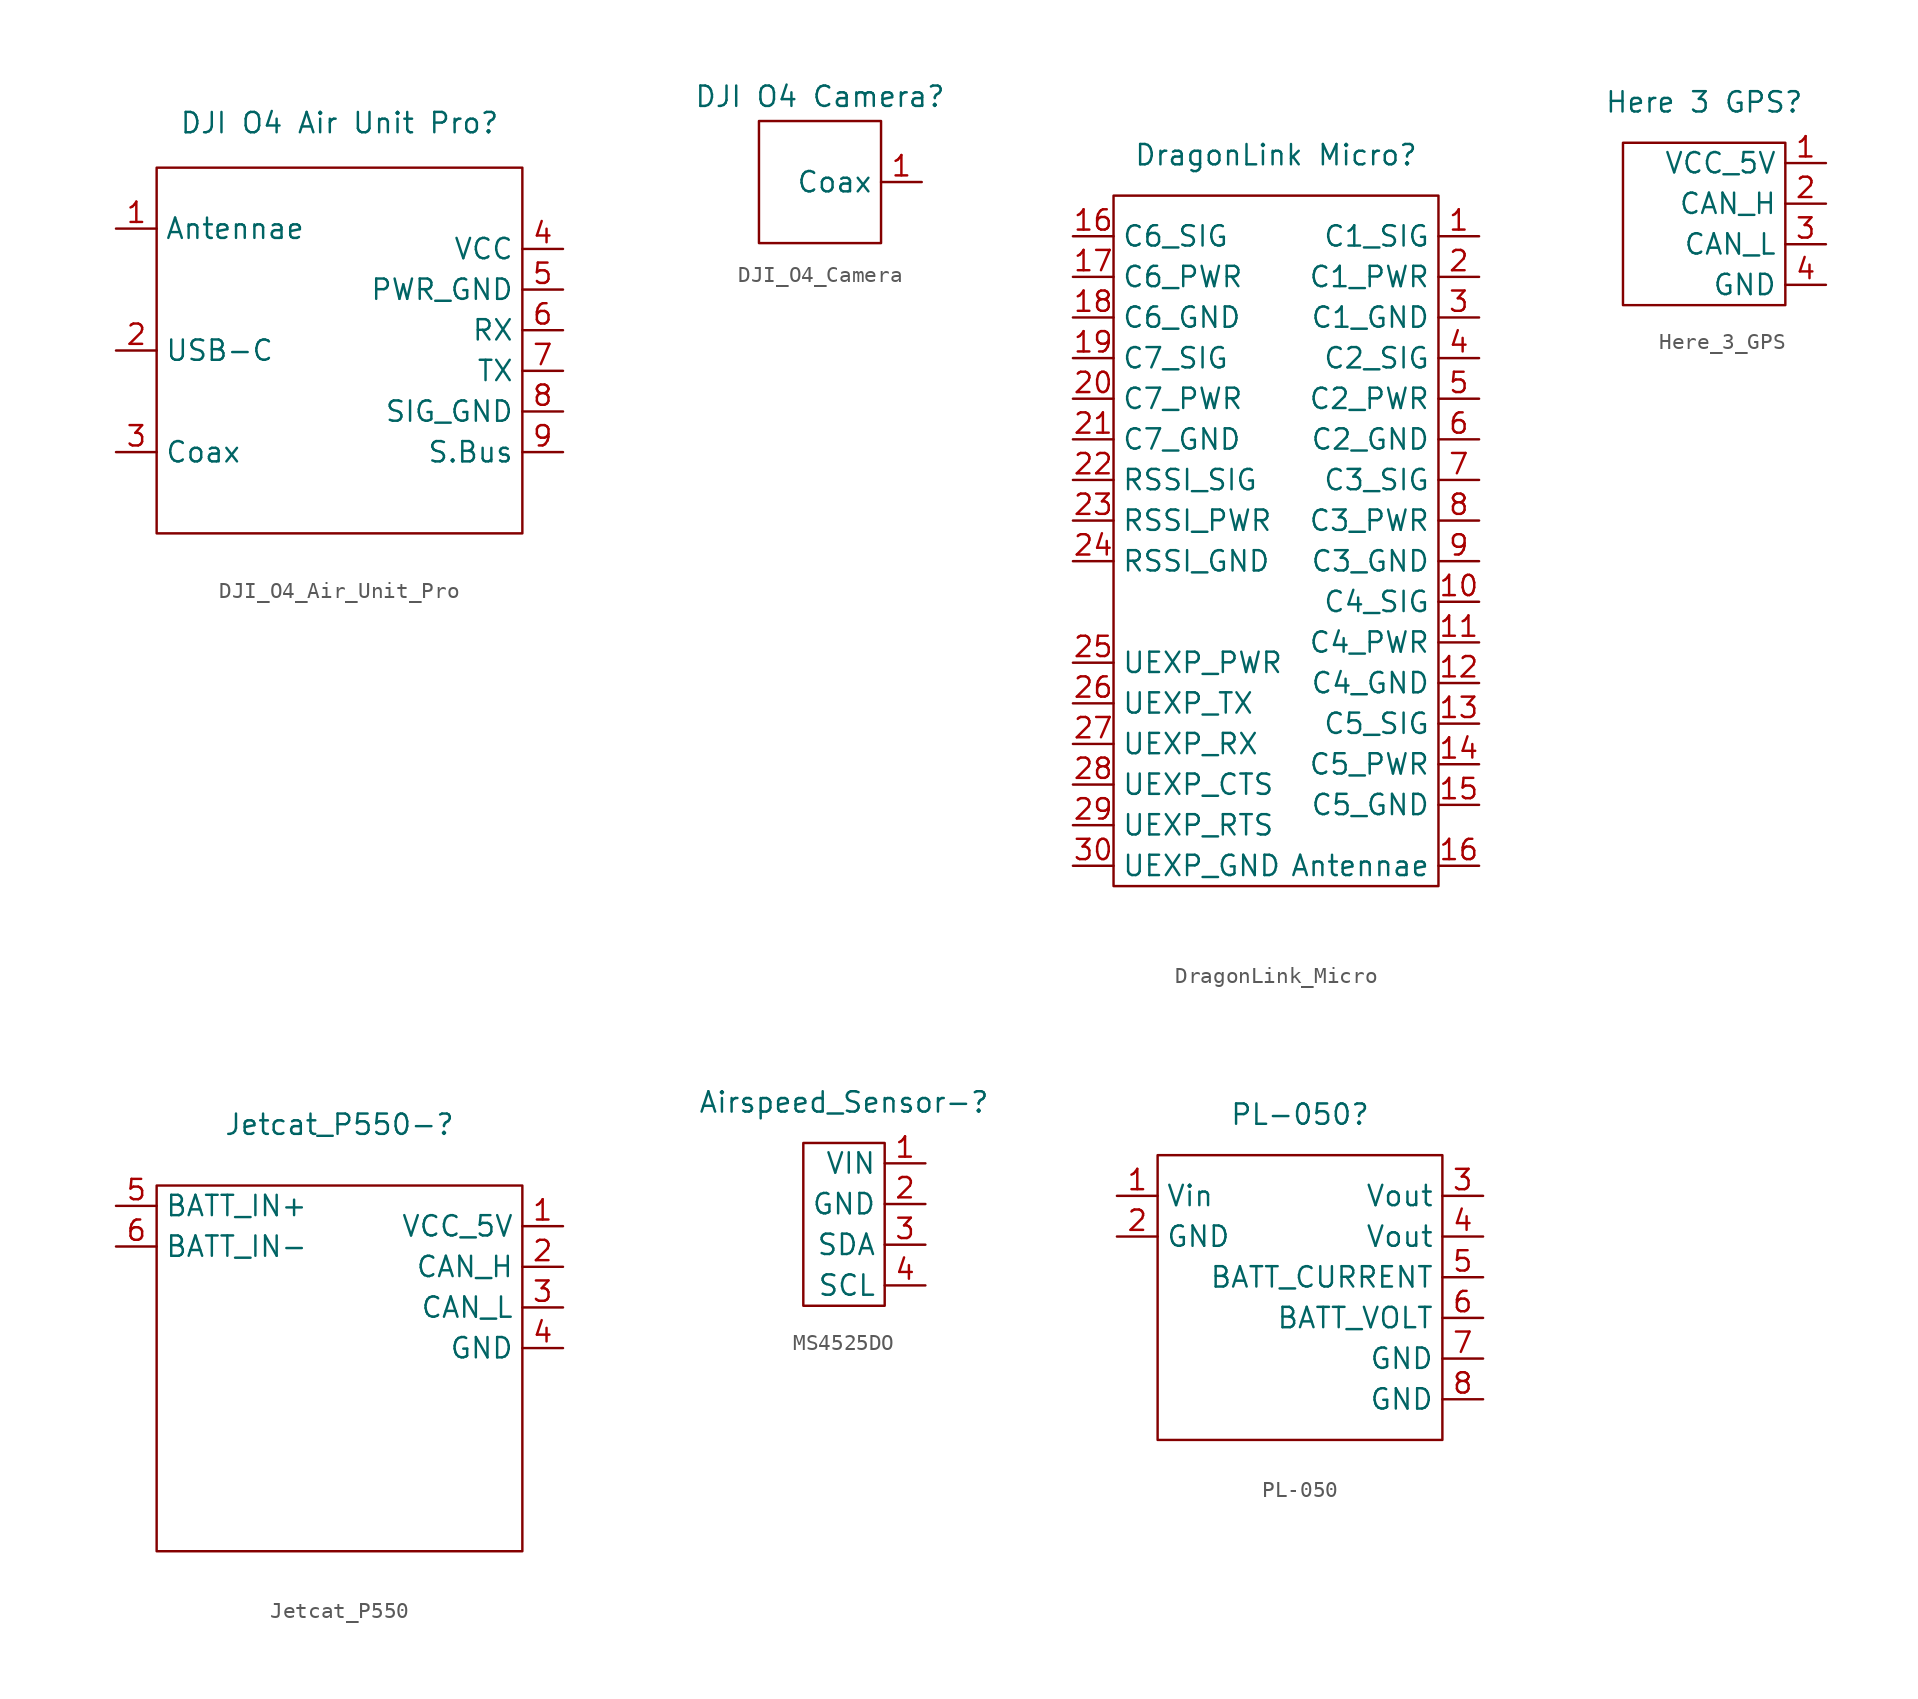
<source format=kicad_sym>
(kicad_symbol_lib
  (version 20231120)
  (generator "kicad_symbol_editor")
  (generator_version "8.0")
  (symbol "DJI_O4_Air_Unit_Pro"
    (property "Reference" "DJI O4 Air Unit Pro"
      (at 0 2.794 0)
      (effects (font (size 1.27 1.27))))
    (property "Value" ""
      (at 0 2.794 0)
      (effects (font (size 1.27 1.27))))
    (symbol "DJI_O4_Air_Unit_Pro_0_1"
      (rectangle (start -11.43 0) (end 11.43 -22.86) (stroke (width 0) (type default)) (fill (type none))))
    (symbol "DJI_O4_Air_Unit_Pro_1_1"
      (pin bidirectional line (at -13.97 -3.81 0) (length 2.54) (name "Antennae" (effects (font (size 1.27 1.27)))) (number "1" (effects (font (size 1.27 1.27)))))
      (pin bidirectional line (at -13.97 -11.43 0) (length 2.54) (name "USB-C" (effects (font (size 1.27 1.27)))) (number "2" (effects (font (size 1.27 1.27)))))
      (pin bidirectional line (at -13.97 -17.78 0) (length 2.54) (name "Coax" (effects (font (size 1.27 1.27)))) (number "3" (effects (font (size 1.27 1.27)))))
      (pin input line (at 13.97 -5.08 180) (length 2.54) (name "VCC" (effects (font (size 1.27 1.27)))) (number "4" (effects (font (size 1.27 1.27)))))
      (pin input line (at 13.97 -7.62 180) (length 2.54) (name "PWR_GND" (effects (font (size 1.27 1.27)))) (number "5" (effects (font (size 1.27 1.27)))))
      (pin output line (at 13.97 -10.16 180) (length 2.54) (name "RX" (effects (font (size 1.27 1.27)))) (number "6" (effects (font (size 1.27 1.27)))))
      (pin input line (at 13.97 -12.7 180) (length 2.54) (name "TX" (effects (font (size 1.27 1.27)))) (number "7" (effects (font (size 1.27 1.27)))))
      (pin input line (at 13.97 -15.24 180) (length 2.54) (name "SIG_GND" (effects (font (size 1.27 1.27)))) (number "8" (effects (font (size 1.27 1.27)))))
      (pin bidirectional line (at 13.97 -17.78 180) (length 2.54) (name "S.Bus" (effects (font (size 1.27 1.27)))) (number "9" (effects (font (size 1.27 1.27)))))))
  (symbol "DJI_O4_Camera"
    (property "Reference" "DJI O4 Camera"
      (at 0 4.064 0)
      (effects (font (size 1.27 1.27))))
    (property "Value" ""
      (at -1.27 1.778 0)
      (effects (font (size 1.27 1.27))))
    (symbol "DJI_O4_Camera_0_1"
      (rectangle (start -3.81 2.54) (end 3.81 -5.08) (stroke (width 0) (type default)) (fill (type none))))
    (symbol "DJI_O4_Camera_1_1"
      (pin bidirectional line (at 6.35 -1.27 180) (length 2.54) (name "Coax" (effects (font (size 1.27 1.27)))) (number "1" (effects (font (size 1.27 1.27)))))))
  (symbol "DragonLink_Micro"
    (property "Reference" "DragonLink Micro"
      (at 0 0 0)
      (effects (font (size 1.27 1.27))))
    (property "Value" ""
      (at 0 -2.54 0)
      (effects (font (size 1.27 1.27))))
    (symbol "DragonLink_Micro_0_1"
      (rectangle (start -10.16 -2.54) (end 10.16 -45.72) (stroke (width 0) (type default)) (fill (type none))))
    (symbol "DragonLink_Micro_1_1"
      (pin input line (at 12.7 -5.08 180) (length 2.54) (name "C1_SIG" (effects (font (size 1.27 1.27)))) (number "1" (effects (font (size 1.27 1.27)))))
      (pin input line (at 12.7 -27.94 180) (length 2.54) (name "C4_SIG" (effects (font (size 1.27 1.27)))) (number "10" (effects (font (size 1.27 1.27)))))
      (pin input line (at 12.7 -30.48 180) (length 2.54) (name "C4_PWR" (effects (font (size 1.27 1.27)))) (number "11" (effects (font (size 1.27 1.27)))))
      (pin input line (at 12.7 -33.02 180) (length 2.54) (name "C4_GND" (effects (font (size 1.27 1.27)))) (number "12" (effects (font (size 1.27 1.27)))))
      (pin input line (at 12.7 -35.56 180) (length 2.54) (name "C5_SIG" (effects (font (size 1.27 1.27)))) (number "13" (effects (font (size 1.27 1.27)))))
      (pin input line (at 12.7 -38.1 180) (length 2.54) (name "C5_PWR" (effects (font (size 1.27 1.27)))) (number "14" (effects (font (size 1.27 1.27)))))
      (pin input line (at 12.7 -40.64 180) (length 2.54) (name "C5_GND" (effects (font (size 1.27 1.27)))) (number "15" (effects (font (size 1.27 1.27)))))
      (pin input line (at 12.7 -44.45 180) (length 2.54) (name "Antennae" (effects (font (size 1.27 1.27)))) (number "16" (effects (font (size 1.27 1.27)))))
      (pin input line (at -12.7 -5.08 0) (length 2.54) (name "C6_SIG" (effects (font (size 1.27 1.27)))) (number "16" (effects (font (size 1.27 1.27)))))
      (pin input line (at -12.7 -7.62 0) (length 2.54) (name "C6_PWR" (effects (font (size 1.27 1.27)))) (number "17" (effects (font (size 1.27 1.27)))))
      (pin input line (at -12.7 -10.16 0) (length 2.54) (name "C6_GND" (effects (font (size 1.27 1.27)))) (number "18" (effects (font (size 1.27 1.27)))))
      (pin input line (at -12.7 -12.7 0) (length 2.54) (name "C7_SIG" (effects (font (size 1.27 1.27)))) (number "19" (effects (font (size 1.27 1.27)))))
      (pin input line (at 12.7 -7.62 180) (length 2.54) (name "C1_PWR" (effects (font (size 1.27 1.27)))) (number "2" (effects (font (size 1.27 1.27)))))
      (pin input line (at -12.7 -15.24 0) (length 2.54) (name "C7_PWR" (effects (font (size 1.27 1.27)))) (number "20" (effects (font (size 1.27 1.27)))))
      (pin input line (at -12.7 -17.78 0) (length 2.54) (name "C7_GND" (effects (font (size 1.27 1.27)))) (number "21" (effects (font (size 1.27 1.27)))))
      (pin input line (at -12.7 -20.32 0) (length 2.54) (name "RSSI_SIG" (effects (font (size 1.27 1.27)))) (number "22" (effects (font (size 1.27 1.27)))))
      (pin input line (at -12.7 -22.86 0) (length 2.54) (name "RSSI_PWR" (effects (font (size 1.27 1.27)))) (number "23" (effects (font (size 1.27 1.27)))))
      (pin input line (at -12.7 -25.4 0) (length 2.54) (name "RSSI_GND" (effects (font (size 1.27 1.27)))) (number "24" (effects (font (size 1.27 1.27)))))
      (pin input line (at -12.7 -31.75 0) (length 2.54) (name "UEXP_PWR" (effects (font (size 1.27 1.27)))) (number "25" (effects (font (size 1.27 1.27)))))
      (pin input line (at -12.7 -34.29 0) (length 2.54) (name "UEXP_TX" (effects (font (size 1.27 1.27)))) (number "26" (effects (font (size 1.27 1.27)))))
      (pin input line (at -12.7 -36.83 0) (length 2.54) (name "UEXP_RX" (effects (font (size 1.27 1.27)))) (number "27" (effects (font (size 1.27 1.27)))))
      (pin input line (at -12.7 -39.37 0) (length 2.54) (name "UEXP_CTS" (effects (font (size 1.27 1.27)))) (number "28" (effects (font (size 1.27 1.27)))))
      (pin input line (at -12.7 -41.91 0) (length 2.54) (name "UEXP_RTS" (effects (font (size 1.27 1.27)))) (number "29" (effects (font (size 1.27 1.27)))))
      (pin input line (at 12.7 -10.16 180) (length 2.54) (name "C1_GND" (effects (font (size 1.27 1.27)))) (number "3" (effects (font (size 1.27 1.27)))))
      (pin input line (at -12.7 -44.45 0) (length 2.54) (name "UEXP_GND" (effects (font (size 1.27 1.27)))) (number "30" (effects (font (size 1.27 1.27)))))
      (pin input line (at 12.7 -12.7 180) (length 2.54) (name "C2_SIG" (effects (font (size 1.27 1.27)))) (number "4" (effects (font (size 1.27 1.27)))))
      (pin input line (at 12.7 -15.24 180) (length 2.54) (name "C2_PWR" (effects (font (size 1.27 1.27)))) (number "5" (effects (font (size 1.27 1.27)))))
      (pin input line (at 12.7 -17.78 180) (length 2.54) (name "C2_GND" (effects (font (size 1.27 1.27)))) (number "6" (effects (font (size 1.27 1.27)))))
      (pin input line (at 12.7 -20.32 180) (length 2.54) (name "C3_SIG" (effects (font (size 1.27 1.27)))) (number "7" (effects (font (size 1.27 1.27)))))
      (pin input line (at 12.7 -22.86 180) (length 2.54) (name "C3_PWR" (effects (font (size 1.27 1.27)))) (number "8" (effects (font (size 1.27 1.27)))))
      (pin input line (at 12.7 -25.4 180) (length 2.54) (name "C3_GND" (effects (font (size 1.27 1.27)))) (number "9" (effects (font (size 1.27 1.27)))))))
  (symbol "Here_3_GPS"
    (property "Reference" "Here 3 GPS"
      (at 0 2.54 0)
      (effects (font (size 1.27 1.27))))
    (property "Value" ""
      (at 0 2.54 0)
      (effects (font (size 1.27 1.27))))
    (symbol "Here_3_GPS_0_1"
      (rectangle (start -5.08 0) (end 5.08 -10.16) (stroke (width 0) (type default)) (fill (type none))))
    (symbol "Here_3_GPS_1_1"
      (pin input line (at 7.62 -1.27 180) (length 2.54) (name "VCC_5V" (effects (font (size 1.27 1.27)))) (number "1" (effects (font (size 1.27 1.27)))))
      (pin bidirectional line (at 7.62 -3.81 180) (length 2.54) (name "CAN_H" (effects (font (size 1.27 1.27)))) (number "2" (effects (font (size 1.27 1.27)))))
      (pin bidirectional line (at 7.62 -6.35 180) (length 2.54) (name "CAN_L" (effects (font (size 1.27 1.27)))) (number "3" (effects (font (size 1.27 1.27)))))
      (pin input line (at 7.62 -8.89 180) (length 2.54) (name "GND" (effects (font (size 1.27 1.27)))) (number "4" (effects (font (size 1.27 1.27)))))))
  (symbol "Jetcat_P550"
    (property "Reference" "Jetcat_P550-"
      (at 0 0 0)
      (effects (font (size 1.27 1.27))))
    (property "Value" ""
      (at 0 0 0)
      (effects (font (size 1.27 1.27))))
    (symbol "Jetcat_P550_0_1"
      (rectangle (start -11.43 -3.81) (end 11.43 -26.67) (stroke (width 0) (type default)) (fill (type none))))
    (symbol "Jetcat_P550_1_1"
      (pin input line (at 13.97 -6.35 180) (length 2.54) (name "VCC_5V" (effects (font (size 1.27 1.27)))) (number "1" (effects (font (size 1.27 1.27)))))
      (pin input line (at 13.97 -8.89 180) (length 2.54) (name "CAN_H" (effects (font (size 1.27 1.27)))) (number "2" (effects (font (size 1.27 1.27)))))
      (pin input line (at 13.97 -11.43 180) (length 2.54) (name "CAN_L" (effects (font (size 1.27 1.27)))) (number "3" (effects (font (size 1.27 1.27)))))
      (pin input line (at 13.97 -13.97 180) (length 2.54) (name "GND" (effects (font (size 1.27 1.27)))) (number "4" (effects (font (size 1.27 1.27)))))
      (pin input line (at -13.97 -5.08 0) (length 2.54) (name "BATT_IN+" (effects (font (size 1.27 1.27)))) (number "5" (effects (font (size 1.27 1.27)))))
      (pin input line (at -13.97 -7.62 0) (length 2.54) (name "BATT_IN-" (effects (font (size 1.27 1.27)))) (number "6" (effects (font (size 1.27 1.27)))))))
  (symbol "MS4525DO"
    (property "Reference" "Airspeed_Sensor-"
      (at 0 0 0)
      (effects (font (size 1.27 1.27))))
    (property "Value" ""
      (at 0 0 0)
      (effects (font (size 1.27 1.27))))
    (symbol "MS4525DO_0_1"
      (rectangle (start -2.54 -2.54) (end 2.54 -12.7) (stroke (width 0) (type default)) (fill (type none))))
    (symbol "MS4525DO_1_1"
      (pin input line (at 5.08 -3.81 180) (length 2.54) (name "VIN" (effects (font (size 1.27 1.27)))) (number "1" (effects (font (size 1.27 1.27)))))
      (pin input line (at 5.08 -6.35 180) (length 2.54) (name "GND" (effects (font (size 1.27 1.27)))) (number "2" (effects (font (size 1.27 1.27)))))
      (pin input line (at 5.08 -8.89 180) (length 2.54) (name "SDA" (effects (font (size 1.27 1.27)))) (number "3" (effects (font (size 1.27 1.27)))))
      (pin input line (at 5.08 -11.43 180) (length 2.54) (name "SCL" (effects (font (size 1.27 1.27)))) (number "4" (effects (font (size 1.27 1.27)))))))
  (symbol "PL-050"
    (property "Reference" "PL-050"
      (at 0 2.54 0)
      (effects (font (size 1.27 1.27))))
    (property "Value" ""
      (at 0 2.54 0)
      (effects (font (size 1.27 1.27))))
    (symbol "PL-050_0_1"
      (rectangle (start -8.89 0) (end 8.89 -17.78) (stroke (width 0) (type default)) (fill (type none))))
    (symbol "PL-050_1_1"
      (pin input line (at -11.43 -2.54 0) (length 2.54) (name "Vin" (effects (font (size 1.27 1.27)))) (number "1" (effects (font (size 1.27 1.27)))))
      (pin input line (at -11.43 -5.08 0) (length 2.54) (name "GND" (effects (font (size 1.27 1.27)))) (number "2" (effects (font (size 1.27 1.27)))))
      (pin output line (at 11.43 -2.54 180) (length 2.54) (name "Vout" (effects (font (size 1.27 1.27)))) (number "3" (effects (font (size 1.27 1.27)))))
      (pin output line (at 11.43 -5.08 180) (length 2.54) (name "Vout" (effects (font (size 1.27 1.27)))) (number "4" (effects (font (size 1.27 1.27)))))
      (pin output line (at 11.43 -7.62 180) (length 2.54) (name "BATT_CURRENT" (effects (font (size 1.27 1.27)))) (number "5" (effects (font (size 1.27 1.27)))))
      (pin output line (at 11.43 -10.16 180) (length 2.54) (name "BATT_VOLT" (effects (font (size 1.27 1.27)))) (number "6" (effects (font (size 1.27 1.27)))))
      (pin output line (at 11.43 -12.7 180) (length 2.54) (name "GND" (effects (font (size 1.27 1.27)))) (number "7" (effects (font (size 1.27 1.27)))))
      (pin output line (at 11.43 -15.24 180) (length 2.54) (name "GND" (effects (font (size 1.27 1.27)))) (number "8" (effects (font (size 1.27 1.27))))))))
</source>
